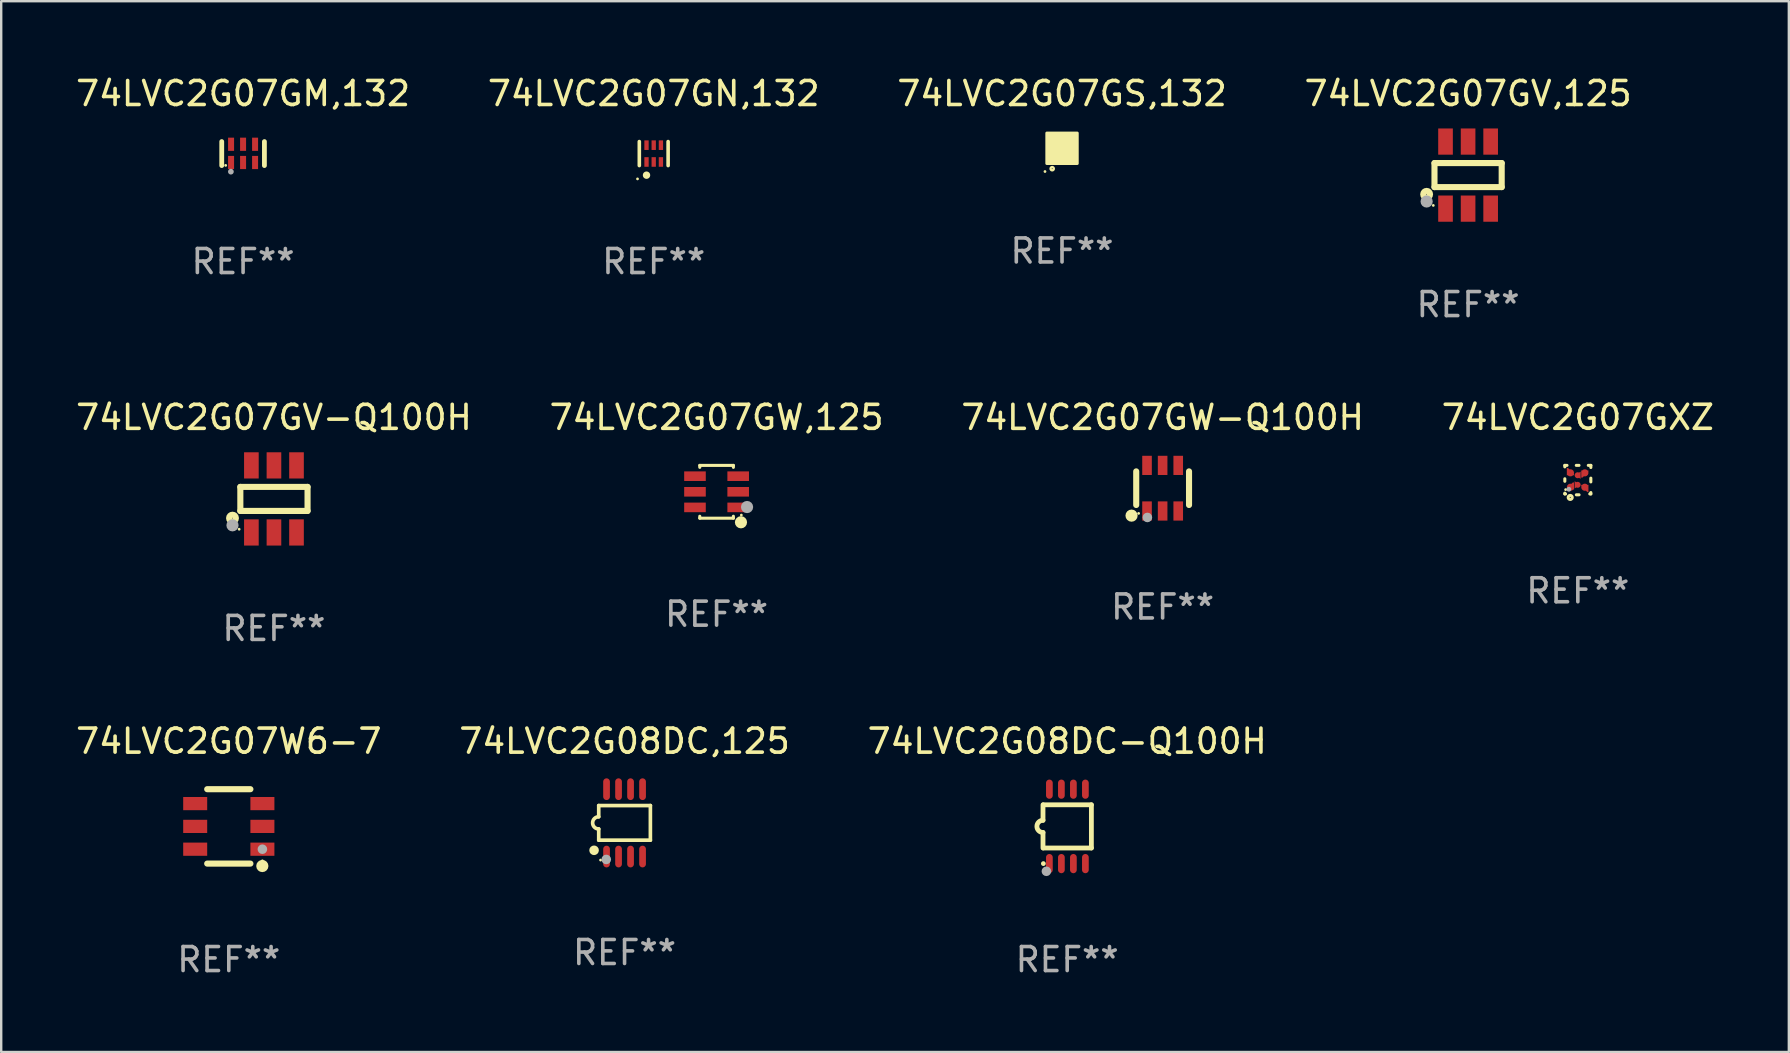
<source format=kicad_pcb>
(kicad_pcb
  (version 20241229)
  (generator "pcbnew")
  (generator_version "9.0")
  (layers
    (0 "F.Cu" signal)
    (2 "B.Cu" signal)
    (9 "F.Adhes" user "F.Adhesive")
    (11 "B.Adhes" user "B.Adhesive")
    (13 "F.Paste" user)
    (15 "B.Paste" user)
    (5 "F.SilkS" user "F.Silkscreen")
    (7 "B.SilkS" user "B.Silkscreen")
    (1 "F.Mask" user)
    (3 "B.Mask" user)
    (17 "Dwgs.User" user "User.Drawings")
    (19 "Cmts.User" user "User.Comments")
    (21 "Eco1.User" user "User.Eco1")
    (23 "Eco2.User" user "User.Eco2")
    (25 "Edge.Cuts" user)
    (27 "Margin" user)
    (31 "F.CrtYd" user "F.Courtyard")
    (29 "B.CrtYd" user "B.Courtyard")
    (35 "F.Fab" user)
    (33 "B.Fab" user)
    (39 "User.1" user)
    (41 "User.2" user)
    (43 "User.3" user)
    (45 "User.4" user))
  (footprint "74LVC2G07GV,125"
    (layer "F.Cu")
    (at 58.113 4.245)
    (property "Reference" "74LVC2G07GV,125" (at 0 -3.397 0) (layer "F.SilkS") (effects (font (size 1 1) (thickness 0.15))))
    (attr through_hole)
    (fp_line (start -1.4 -0.501) (end -1.4 0.5) (stroke (width 0.254) (type solid)) (layer "F.SilkS"))
    (fp_line (start -1.4 0.5) (end 1.4 0.5) (stroke (width 0.254) (type solid)) (layer "F.SilkS"))
    (fp_line (start 1.4 -0.501) (end -1.4 -0.501) (stroke (width 0.254) (type solid)) (layer "F.SilkS"))
    (fp_line (start 1.4 0.5) (end 1.4 -0.501) (stroke (width 0.254) (type solid)) (layer "F.SilkS"))
    (fp_circle (center -1.727 0.8) (end -1.585 0.8) (stroke (width 0.254) (type solid)) (fill no) (layer "F.SilkS"))
    (fp_circle (center -1.45 1.263) (end -1.42 1.263) (stroke (width 0.06) (type solid)) (fill no) (layer "F.SilkS"))
    (fp_circle (center -1.727 1.1) (end -1.6 1.1) (stroke (width 0.254) (type solid)) (fill no) (layer "F.Fab"))
    (fp_text user "REF**" (at 0 5.397 0) (layer "F.Fab") (effects (font (size 1 1) (thickness 0.15))))
    (pad "1" smd rect (at -0.94 1.397 180) (size 0.61 1.092) (layers "F.Cu" "F.Mask" "F.Paste"))
    (pad "2" smd rect (at 0.000127 1.397 180) (size 0.61 1.092) (layers "F.Cu" "F.Mask" "F.Paste"))
    (pad "3" smd rect (at 0.94 1.397 180) (size 0.61 1.092) (layers "F.Cu" "F.Mask" "F.Paste"))
    (pad "4" smd rect (at 0.94 -1.397 180) (size 0.61 1.092) (layers "F.Cu" "F.Mask" "F.Paste"))
    (pad "5" smd rect (at 0.000127 -1.397 180) (size 0.61 1.092) (layers "F.Cu" "F.Mask" "F.Paste"))
    (pad "6" smd rect (at -0.94 -1.397 180) (size 0.61 1.092) (layers "F.Cu" "F.Mask" "F.Paste")))
  (footprint "74LVC2G07GW,125"
    (layer "F.Cu")
    (at 26.804 17.439)
    (property "Reference" "74LVC2G07GW,125" (at 0 -3.1 0) (layer "F.SilkS") (effects (font (size 1 1) (thickness 0.15))))
    (attr through_hole)
    (fp_line (start -0.7 -1.018) (end -0.7 -1.1) (stroke (width 0.127) (type solid)) (layer "F.SilkS"))
    (fp_line (start -0.7 1.1) (end -0.7 1.018) (stroke (width 0.127) (type solid)) (layer "F.SilkS"))
    (fp_line (start 0.7 -1.1) (end -0.7 -1.1) (stroke (width 0.127) (type solid)) (layer "F.SilkS"))
    (fp_line (start 0.7 -1.018) (end 0.7 -1.1) (stroke (width 0.127) (type solid)) (layer "F.SilkS"))
    (fp_line (start 0.7 1.1) (end -0.7 1.1) (stroke (width 0.127) (type solid)) (layer "F.SilkS"))
    (fp_line (start 0.7 1.1) (end 0.7 1.018) (stroke (width 0.127) (type solid)) (layer "F.SilkS"))
    (fp_circle (center 1.016 1.27) (end 1.143 1.27) (stroke (width 0.254) (type solid)) (fill no) (layer "F.SilkS"))
    (fp_circle (center 1.032 0.97) (end 1.062 0.97) (stroke (width 0.06) (type solid)) (fill no) (layer "F.SilkS"))
    (fp_circle (center 1.27 0.635) (end 1.397 0.635) (stroke (width 0.254) (type solid)) (fill no) (layer "F.Fab"))
    (fp_text user "REF**" (at 0 5.1 0) (layer "F.Fab") (effects (font (size 1 1) (thickness 0.15))))
    (pad "1" smd rect (at 0.9 0.65 90) (size 0.4 0.9) (layers "F.Cu" "F.Mask" "F.Paste"))
    (pad "2" smd rect (at 0.9 -0.000102 90) (size 0.4 0.9) (layers "F.Cu" "F.Mask" "F.Paste"))
    (pad "3" smd rect (at 0.9 -0.65 90) (size 0.4 0.9) (layers "F.Cu" "F.Mask" "F.Paste"))
    (pad "4" smd rect (at -0.9 -0.65 90) (size 0.4 0.9) (layers "F.Cu" "F.Mask" "F.Paste"))
    (pad "5" smd rect (at -0.9 -0.000102 90) (size 0.4 0.9) (layers "F.Cu" "F.Mask" "F.Paste"))
    (pad "6" smd rect (at -0.9 0.65 90) (size 0.4 0.9) (layers "F.Cu" "F.Mask" "F.Paste")))
  (footprint "74LVC2G07GM,132"
    (layer "F.Cu")
    (at 7.077 3.348)
    (property "Reference" "74LVC2G07GM,132" (at 0 -2.5 0) (layer "F.SilkS") (effects (font (size 1 1) (thickness 0.15))))
    (attr through_hole)
    (fp_line (start -0.889 0.5) (end -0.889 -0.5) (stroke (width 0.2) (type solid)) (layer "F.SilkS"))
    (fp_line (start 0.889 0.5) (end 0.889 -0.5) (stroke (width 0.2) (type solid)) (layer "F.SilkS"))
    (fp_circle (center -0.725 0.492) (end -0.695 0.492) (stroke (width 0.06) (type solid)) (fill no) (layer "F.SilkS"))
    (fp_circle (center -0.508 0.754) (end -0.448 0.754) (stroke (width 0.12) (type solid)) (fill no) (layer "F.Fab"))
    (fp_text user "REF**" (at 0 4.5 0) (layer "F.Fab") (effects (font (size 1 1) (thickness 0.15))))
    (pad "1" smd rect (at -0.5 0.372) (size 0.25 0.55) (layers "F.Cu" "F.Mask" "F.Paste"))
    (pad "2" smd rect (at -0.000127 0.372) (size 0.25 0.55) (layers "F.Cu" "F.Mask" "F.Paste"))
    (pad "3" smd rect (at 0.5 0.372) (size 0.25 0.55) (layers "F.Cu" "F.Mask" "F.Paste"))
    (pad "4" smd rect (at 0.5 -0.388 180) (size 0.25 0.55) (layers "F.Cu" "F.Mask" "F.Paste"))
    (pad "5" smd rect (at -0.000127 -0.388 180) (size 0.25 0.55) (layers "F.Cu" "F.Mask" "F.Paste"))
    (pad "6" smd rect (at -0.5 -0.388 180) (size 0.25 0.55) (layers "F.Cu" "F.Mask" "F.Paste")))
  (footprint "74LVC2G07GS,132"
    (layer "F.Cu")
    (at 41.196 3.128)
    (property "Reference" "74LVC2G07GS,132" (at 0 -2.28 0) (layer "F.SilkS") (effects (font (size 1 1) (thickness 0.15))))
    (attr through_hole)
    (fp_circle (center -0.71 0.968) (end -0.68 0.968) (stroke (width 0.06) (type solid)) (fill no) (layer "F.SilkS"))
    (fp_circle (center -0.41 0.85) (end -0.342 0.85) (stroke (width 0.1) (type solid)) (fill no) (layer "F.SilkS"))
    (fp_poly (pts (xy -0.635 -0.635) (xy 0.635 -0.635) (xy 0.635 0.635) (xy -0.635 0.635)) (stroke (width 0.12) (type solid)) (fill yes) (layer "F.SilkS"))
    (fp_text user "REF**" (at 0 4.28 0) (layer "F.Fab") (effects (font (size 1 1) (thickness 0.15))))
    (pad "1" smd rect (at -0.35 0.28 90) (size 0.35 0.2) (layers "F.Cu" "F.Mask" "F.Paste"))
    (pad "2" smd rect (at 0 0.28 90) (size 0.35 0.2) (layers "F.Cu" "F.Mask" "F.Paste"))
    (pad "3" smd rect (at 0.35 0.28 90) (size 0.35 0.2) (layers "F.Cu" "F.Mask" "F.Paste"))
    (pad "4" smd rect (at 0.35 -0.28 90) (size 0.35 0.2) (layers "F.Cu" "F.Mask" "F.Paste"))
    (pad "5" smd rect (at 0 -0.28 90) (size 0.35 0.2) (layers "F.Cu" "F.Mask" "F.Paste"))
    (pad "6" smd rect (at -0.35 -0.28 90) (size 0.35 0.2) (layers "F.Cu" "F.Mask" "F.Paste")))
  (footprint "74LVC2G07GW-Q100H"
    (layer "F.Cu")
    (at 45.387 17.289)
    (property "Reference" "74LVC2G07GW-Q100H" (at 0 -2.95 0) (layer "F.SilkS") (effects (font (size 1 1) (thickness 0.15))))
    (attr through_hole)
    (fp_line (start -1.1 -0.7) (end -1.1 0.7) (stroke (width 0.254) (type solid)) (layer "F.SilkS"))
    (fp_line (start 1.1 -0.7) (end 1.1 0.7) (stroke (width 0.254) (type solid)) (layer "F.SilkS"))
    (fp_circle (center -1.295 1.143) (end -1.168 1.143) (stroke (width 0.254) (type solid)) (fill no) (layer "F.SilkS"))
    (fp_circle (center -1 1.05) (end -0.97 1.05) (stroke (width 0.06) (type solid)) (fill no) (layer "F.SilkS"))
    (fp_circle (center -0.635 1.219) (end -0.535 1.219) (stroke (width 0.2) (type solid)) (fill no) (layer "F.Fab"))
    (fp_text user "REF**" (at 0 4.95 0) (layer "F.Fab") (effects (font (size 1 1) (thickness 0.15))))
    (pad "1" smd rect (at -0.65 0.95) (size 0.4 0.8) (layers "F.Cu" "F.Mask" "F.Paste"))
    (pad "2" smd rect (at 0 0.95) (size 0.4 0.8) (layers "F.Cu" "F.Mask" "F.Paste"))
    (pad "3" smd rect (at 0.65 0.95) (size 0.4 0.8) (layers "F.Cu" "F.Mask" "F.Paste"))
    (pad "4" smd rect (at 0.65 -0.95) (size 0.4 0.8) (layers "F.Cu" "F.Mask" "F.Paste"))
    (pad "5" smd rect (at 0 -0.95) (size 0.4 0.8) (layers "F.Cu" "F.Mask" "F.Paste"))
    (pad "6" smd rect (at -0.65 -0.95) (size 0.4 0.8) (layers "F.Cu" "F.Mask" "F.Paste")))
  (footprint "74LVC2G07GXZ"
    (layer "F.Cu")
    (at 62.685 16.951)
    (property "Reference" "74LVC2G07GXZ" (at 0 -2.613 0) (layer "F.SilkS") (effects (font (size 1 1) (thickness 0.15))))
    (attr through_hole)
    (fp_line (start -0.542 -0.613) (end -0.451 -0.613) (stroke (width 0.127) (type solid)) (layer "F.SilkS"))
    (fp_line (start -0.542 -0.55) (end -0.542 -0.613) (stroke (width 0.127) (type solid)) (layer "F.SilkS"))
    (fp_line (start -0.542 0.05) (end -0.542 -0.055) (stroke (width 0.127) (type solid)) (layer "F.SilkS"))
    (fp_line (start -0.542 0.577) (end -0.542 0.545) (stroke (width 0.127) (type solid)) (layer "F.SilkS"))
    (fp_line (start -0.512 0.577) (end -0.542 0.577) (stroke (width 0.127) (type solid)) (layer "F.SilkS"))
    (fp_line (start -0.064 -0.613) (end 0.049 -0.613) (stroke (width 0.127) (type solid)) (layer "F.SilkS"))
    (fp_line (start -0.062 0.613) (end 0.051 0.613) (stroke (width 0.127) (type solid)) (layer "F.SilkS"))
    (fp_line (start 0.436 -0.613) (end 0.542 -0.613) (stroke (width 0.127) (type solid)) (layer "F.SilkS"))
    (fp_line (start 0.542 -0.613) (end 0.542 -0.524) (stroke (width 0.127) (type solid)) (layer "F.SilkS"))
    (fp_line (start 0.542 -0.081) (end 0.542 0.076) (stroke (width 0.127) (type solid)) (layer "F.SilkS"))
    (fp_line (start 0.542 0.519) (end 0.542 0.577) (stroke (width 0.127) (type solid)) (layer "F.SilkS"))
    (fp_line (start 0.542 0.577) (end 0.497 0.577) (stroke (width 0.127) (type solid)) (layer "F.SilkS"))
    (fp_circle (center -0.508 0.397) (end -0.478 0.397) (stroke (width 0.06) (type solid)) (fill no) (layer "F.SilkS"))
    (fp_circle (center -0.317 0.723) (end -0.296 0.723) (stroke (width 0.127) (type solid)) (fill no) (layer "F.SilkS"))
    (fp_circle (center -0.373 0.382) (end -0.322 0.382) (stroke (width 0.1) (type solid)) (fill no) (layer "F.Fab"))
    (fp_text user "REF**" (at 0 4.613 0) (layer "F.Fab") (effects (font (size 1 1) (thickness 0.15))))
    (pad "1" smd custom (at -0.308 0.298 90) (size 0.3 0.3) (layers "F.Cu" "F.Mask" "F.Paste") (options (anchor circle)) (primitives (gr_poly (pts (xy -0.1 0.15) (xy 0.2 0.15) (xy 0.2 0.1) (xy -0.05 -0.15) (xy -0.1 -0.15)) (width 0) (fill yes))))
    (pad "2" smd custom (at -0.008 0.197 90) (size 0.25 0.3) (layers "F.Cu" "F.Mask" "F.Paste") (options (anchor circle)) (primitives (gr_poly (pts (xy -0.15 -0.125) (xy 0.15 -0.125) (xy 0.000076 0.125)) (width 0) (fill yes))))
    (pad "3" smd custom (at 0.292 0.298 90) (size 0.3 0.3) (layers "F.Cu" "F.Mask" "F.Paste") (options (anchor circle)) (primitives (gr_poly (pts (xy 0.1 0.15) (xy 0.1 -0.15) (xy 0.05 -0.15) (xy -0.2 0.1) (xy -0.2 0.15)) (width 0) (fill yes))))
    (pad "4" smd custom (at 0.292 -0.302 90) (size 0.3 0.3) (layers "F.Cu" "F.Mask" "F.Paste") (options (anchor circle)) (primitives (gr_poly (pts (xy 0.1 -0.15) (xy -0.2 -0.15) (xy -0.2 -0.1) (xy 0.05 0.15) (xy 0.1 0.15)) (width 0) (fill yes))))
    (pad "5" smd custom (at -0.008 -0.202 90) (size 0.25 0.3) (layers "F.Cu" "F.Mask" "F.Paste") (options (anchor circle)) (primitives (gr_poly (pts (xy -0.15 0.125) (xy 0.15 0.125) (xy 0.000051 -0.125)) (width 0) (fill yes))))
    (pad "6" smd custom (at -0.308 -0.302 90) (size 0.3 0.3) (layers "F.Cu" "F.Mask" "F.Paste") (options (anchor circle)) (primitives (gr_poly (pts (xy -0.1 -0.15) (xy 0.2 -0.15) (xy 0.2 -0.1) (xy -0.05 0.15) (xy -0.1 0.15)) (width 0) (fill yes)))))
  (footprint "74LVC2G08DC,125"
    (layer "F.Cu")
    (at 22.97 31.232)
    (property "Reference" "74LVC2G08DC,125" (at 0 -3.403 0) (layer "F.SilkS") (effects (font (size 1 1) (thickness 0.15))))
    (attr through_hole)
    (fp_line (start -1.076 -0.721) (end 1.076 -0.721) (stroke (width 0.152) (type solid)) (layer "F.SilkS"))
    (fp_line (start -1.076 -0.254) (end -1.076 -0.721) (stroke (width 0.152) (type solid)) (layer "F.SilkS"))
    (fp_line (start -1.076 0.254) (end -1.076 0.721) (stroke (width 0.152) (type solid)) (layer "F.SilkS"))
    (fp_line (start 1.076 -0.721) (end 1.076 0.721) (stroke (width 0.152) (type solid)) (layer "F.SilkS"))
    (fp_line (start 1.076 0.721) (end -1.076 0.721) (stroke (width 0.152) (type solid)) (layer "F.SilkS"))
    (fp_arc (start -1.076226 0.254051) (mid -1.330226 0.000051) (end -1.076226 -0.253949) (stroke (width 0.151994) (type solid)) (layer "F.SilkS"))
    (fp_circle (center -1.27 1.143) (end -1.17 1.143) (stroke (width 0.2) (type solid)) (fill no) (layer "F.SilkS"))
    (fp_circle (center -1 1.55) (end -0.97 1.55) (stroke (width 0.06) (type solid)) (fill no) (layer "F.SilkS"))
    (fp_circle (center -0.762 1.524) (end -0.662 1.524) (stroke (width 0.2) (type solid)) (fill no) (layer "F.Fab"))
    (fp_text user "REF**" (at 0 5.403 0) (layer "F.Fab") (effects (font (size 1 1) (thickness 0.15))))
    (pad "1" smd oval (at -0.75 1.403) (size 0.28 0.905) (layers "F.Cu" "F.Mask" "F.Paste"))
    (pad "2" smd oval (at -0.25 1.403) (size 0.28 0.905) (layers "F.Cu" "F.Mask" "F.Paste"))
    (pad "3" smd oval (at 0.25 1.403) (size 0.28 0.905) (layers "F.Cu" "F.Mask" "F.Paste"))
    (pad "4" smd oval (at 0.75 1.403) (size 0.28 0.905) (layers "F.Cu" "F.Mask" "F.Paste"))
    (pad "5" smd oval (at 0.75 -1.403) (size 0.28 0.905) (layers "F.Cu" "F.Mask" "F.Paste"))
    (pad "6" smd oval (at 0.25 -1.403) (size 0.28 0.905) (layers "F.Cu" "F.Mask" "F.Paste"))
    (pad "7" smd oval (at -0.25 -1.403) (size 0.28 0.905) (layers "F.Cu" "F.Mask" "F.Paste"))
    (pad "8" smd oval (at -0.75 -1.403) (size 0.28 0.905) (layers "F.Cu" "F.Mask" "F.Paste")))
  (footprint "74LVC2G07W6-7"
    (layer "F.Cu")
    (at 6.482 31.379)
    (property "Reference" "74LVC2G07W6-7" (at 0 -3.55 0) (layer "F.SilkS") (effects (font (size 1 1) (thickness 0.15))))
    (attr through_hole)
    (fp_line (start -0.9 -1.55) (end 0.9 -1.55) (stroke (width 0.254) (type solid)) (layer "F.SilkS"))
    (fp_line (start -0.9 1.55) (end 0.9 1.55) (stroke (width 0.254) (type solid)) (layer "F.SilkS"))
    (fp_circle (center 1.397 1.651) (end 1.524 1.651) (stroke (width 0.254) (type solid)) (fill no) (layer "F.SilkS"))
    (fp_circle (center 1.4 1.435) (end 1.43 1.435) (stroke (width 0.06) (type solid)) (fill no) (layer "F.SilkS"))
    (fp_circle (center 1.4 0.95) (end 1.5 0.95) (stroke (width 0.2) (type solid)) (fill no) (layer "F.Fab"))
    (fp_text user "REF**" (at 0 5.55 0) (layer "F.Fab") (effects (font (size 1 1) (thickness 0.15))))
    (pad "1" smd rect (at 1.4 0.95) (size 1 0.55) (layers "F.Cu" "F.Mask" "F.Paste"))
    (pad "2" smd rect (at 1.4 -0.000102) (size 1 0.55) (layers "F.Cu" "F.Mask" "F.Paste"))
    (pad "3" smd rect (at 1.4 -0.95) (size 1 0.55) (layers "F.Cu" "F.Mask" "F.Paste"))
    (pad "4" smd rect (at -1.4 -0.95) (size 1 0.55) (layers "F.Cu" "F.Mask" "F.Paste"))
    (pad "5" smd rect (at -1.4 -0.000102) (size 1 0.55) (layers "F.Cu" "F.Mask" "F.Paste"))
    (pad "6" smd rect (at -1.4 0.95) (size 1 0.55) (layers "F.Cu" "F.Mask" "F.Paste")))
  (footprint "74LVC2G07GN,132"
    (layer "F.Cu")
    (at 24.185 3.348)
    (property "Reference" "74LVC2G07GN,132" (at 0 -2.5 0) (layer "F.SilkS") (effects (font (size 1 1) (thickness 0.15))))
    (attr through_hole)
    (fp_line (start -0.6 -0.5) (end -0.6 0.5) (stroke (width 0.15) (type solid)) (layer "F.SilkS"))
    (fp_line (start 0.6 0.5) (end 0.6 -0.5) (stroke (width 0.15) (type solid)) (layer "F.SilkS"))
    (fp_circle (center -0.675 1.055) (end -0.645 1.055) (stroke (width 0.06) (type solid)) (fill no) (layer "F.SilkS"))
    (fp_circle (center -0.3 0.9) (end -0.22 0.9) (stroke (width 0.15) (type solid)) (fill no) (layer "F.SilkS"))
    (fp_text user "REF**" (at 0 4.5 0) (layer "F.Fab") (effects (font (size 1 1) (thickness 0.15))))
    (pad "1" smd rect (at -0.3 0.35) (size 0.18 0.4) (layers "F.Cu" "F.Mask" "F.Paste"))
    (pad "2" smd rect (at 0.000025 0.35) (size 0.18 0.4) (layers "F.Cu" "F.Mask" "F.Paste"))
    (pad "3" smd rect (at 0.3 0.35) (size 0.18 0.4) (layers "F.Cu" "F.Mask" "F.Paste"))
    (pad "4" smd rect (at 0.3 -0.35) (size 0.18 0.4) (layers "F.Cu" "F.Mask" "F.Paste"))
    (pad "5" smd rect (at 0.000025 -0.35) (size 0.18 0.4) (layers "F.Cu" "F.Mask" "F.Paste"))
    (pad "6" smd rect (at -0.3 -0.35) (size 0.18 0.4) (layers "F.Cu" "F.Mask" "F.Paste")))
  (footprint "74LVC2G07GV-Q100H"
    (layer "F.Cu")
    (at 8.363 17.736)
    (property "Reference" "74LVC2G07GV-Q100H" (at 0 -3.397 0) (layer "F.SilkS") (effects (font (size 1 1) (thickness 0.15))))
    (attr through_hole)
    (fp_line (start -1.4 -0.501) (end -1.4 0.5) (stroke (width 0.254) (type solid)) (layer "F.SilkS"))
    (fp_line (start -1.4 0.5) (end 1.4 0.5) (stroke (width 0.254) (type solid)) (layer "F.SilkS"))
    (fp_line (start 1.4 -0.501) (end -1.4 -0.501) (stroke (width 0.254) (type solid)) (layer "F.SilkS"))
    (fp_line (start 1.4 0.5) (end 1.4 -0.501) (stroke (width 0.254) (type solid)) (layer "F.SilkS"))
    (fp_circle (center -1.727 0.8) (end -1.585 0.8) (stroke (width 0.254) (type solid)) (fill no) (layer "F.SilkS"))
    (fp_circle (center -1.45 1.263) (end -1.42 1.263) (stroke (width 0.06) (type solid)) (fill no) (layer "F.SilkS"))
    (fp_circle (center -1.727 1.1) (end -1.6 1.1) (stroke (width 0.254) (type solid)) (fill no) (layer "F.Fab"))
    (fp_text user "REF**" (at 0 5.397 0) (layer "F.Fab") (effects (font (size 1 1) (thickness 0.15))))
    (pad "1" smd rect (at -0.94 1.397 180) (size 0.61 1.092) (layers "F.Cu" "F.Mask" "F.Paste"))
    (pad "2" smd rect (at 0.000127 1.397 180) (size 0.61 1.092) (layers "F.Cu" "F.Mask" "F.Paste"))
    (pad "3" smd rect (at 0.94 1.397 180) (size 0.61 1.092) (layers "F.Cu" "F.Mask" "F.Paste"))
    (pad "4" smd rect (at 0.94 -1.397 180) (size 0.61 1.092) (layers "F.Cu" "F.Mask" "F.Paste"))
    (pad "5" smd rect (at 0.000127 -1.397 180) (size 0.61 1.092) (layers "F.Cu" "F.Mask" "F.Paste"))
    (pad "6" smd rect (at -0.94 -1.397 180) (size 0.61 1.092) (layers "F.Cu" "F.Mask" "F.Paste")))
  (footprint "74LVC2G08DC-Q100H"
    (layer "F.Cu")
    (at 41.411 31.379)
    (property "Reference" "74LVC2G08DC-Q100H" (at 0 -3.55 0) (layer "F.SilkS") (effects (font (size 1 1) (thickness 0.15))))
    (attr through_hole)
    (fp_line (start -1.008 -0.254) (end -1.008 -0.9) (stroke (width 0.2) (type solid)) (layer "F.SilkS"))
    (fp_line (start -1.008 0.254) (end -1.008 0.9) (stroke (width 0.2) (type solid)) (layer "F.SilkS"))
    (fp_line (start -0.992 0.9) (end 1.008 0.9) (stroke (width 0.2) (type solid)) (layer "F.SilkS"))
    (fp_line (start 1.008 -0.9) (end -0.992 -0.9) (stroke (width 0.2) (type solid)) (layer "F.SilkS"))
    (fp_line (start 1.008 0.9) (end 1.008 -0.9) (stroke (width 0.2) (type solid)) (layer "F.SilkS"))
    (fp_arc (start -1.008001 0.254001) (mid -1.262002 0) (end -1.008001 -0.254001) (stroke (width 0.2) (type solid)) (layer "F.SilkS"))
    (fp_circle (center -0.992 1.55) (end -0.942 1.55) (stroke (width 0.1) (type solid)) (fill no) (layer "F.SilkS"))
    (fp_circle (center -0.866 1.87) (end -0.766 1.87) (stroke (width 0.2) (type solid)) (fill no) (layer "F.Fab"))
    (fp_text user "REF**" (at 0 5.55 0) (layer "F.Fab") (effects (font (size 1 1) (thickness 0.15))))
    (pad "1" smd oval (at -0.742 1.55 270) (size 0.8 0.28) (layers "F.Cu" "F.Mask" "F.Paste"))
    (pad "2" smd oval (at -0.242 1.55 270) (size 0.8 0.28) (layers "F.Cu" "F.Mask" "F.Paste"))
    (pad "3" smd oval (at 0.258 1.55 270) (size 0.8 0.28) (layers "F.Cu" "F.Mask" "F.Paste"))
    (pad "4" smd oval (at 0.758 1.55 270) (size 0.8 0.28) (layers "F.Cu" "F.Mask" "F.Paste"))
    (pad "5" smd oval (at 0.758 -1.55 270) (size 0.8 0.28) (layers "F.Cu" "F.Mask" "F.Paste"))
    (pad "6" smd oval (at 0.258 -1.55 270) (size 0.8 0.28) (layers "F.Cu" "F.Mask" "F.Paste"))
    (pad "7" smd oval (at -0.242 -1.55 270) (size 0.8 0.28) (layers "F.Cu" "F.Mask" "F.Paste"))
    (pad "8" smd oval (at -0.742 -1.55 270) (size 0.8 0.28) (layers "F.Cu" "F.Mask" "F.Paste")))
  (gr_rect
    (start -3 -3)
    (end 71.476 40.778)
    (stroke (width 0.1) (type default))
    (fill no)
    (layer "Edge.Cuts")))
</source>
